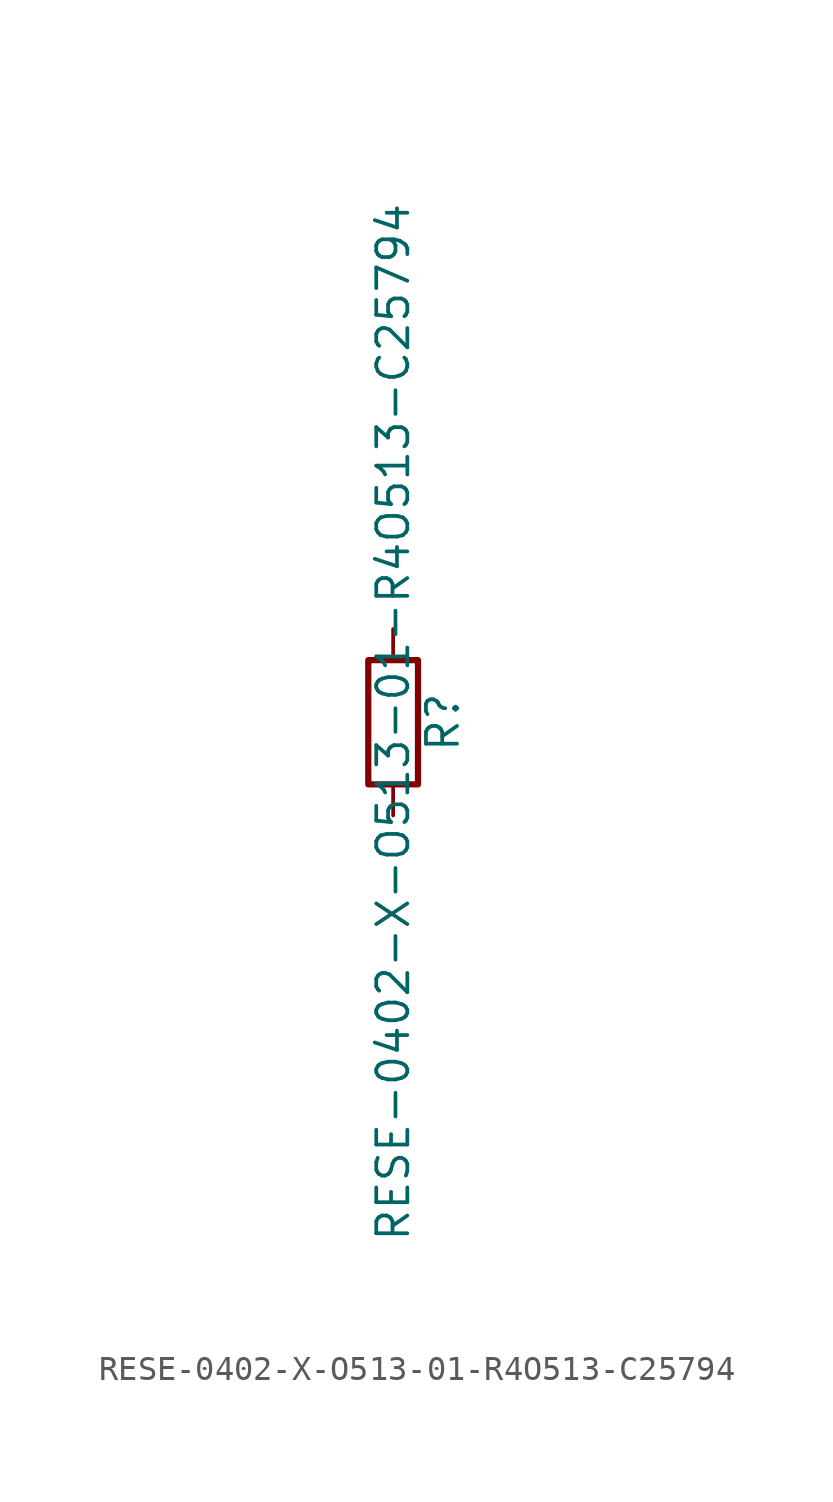
<source format=kicad_sym>
(kicad_symbol_lib
  (version 20211014)
  (generator kicad_symbol_editor)
  (symbol "RESE-0402-X-O513-01-R4O513-C25794"
    (pin_numbers hide)
    (pin_names
      (offset 0))
    (property "Reference" "R"
      (at 2.032 0 90)
      (effects (font (size 1.27 1.27))))
    (property "Value" "RESE-0402-X-O513-01-R4O513-C25794"
      (at 0 0 90)
      (effects (font (size 1.27 1.27))))
    (symbol "RESE-0402-X-O513-01-R4O513-C25794_0_1"
      (rectangle (start -1.016 -2.54) (end 1.016 2.54) (stroke (width 0.254) (type default) (color 0 0 0 0)) (fill (type none))))
    (symbol "RESE-0402-X-O513-01-R4O513-C25794_1_1"
      (pin passive line (at 0 3.81 270) (length 1.27) (name "~" (effects (font (size 1.27 1.27)))) (number "1" (effects (font (size 1.27 1.27)))))
      (pin passive line (at 0 -3.81 90) (length 1.27) (name "~" (effects (font (size 1.27 1.27)))) (number "2" (effects (font (size 1.27 1.27))))))))
</source>
